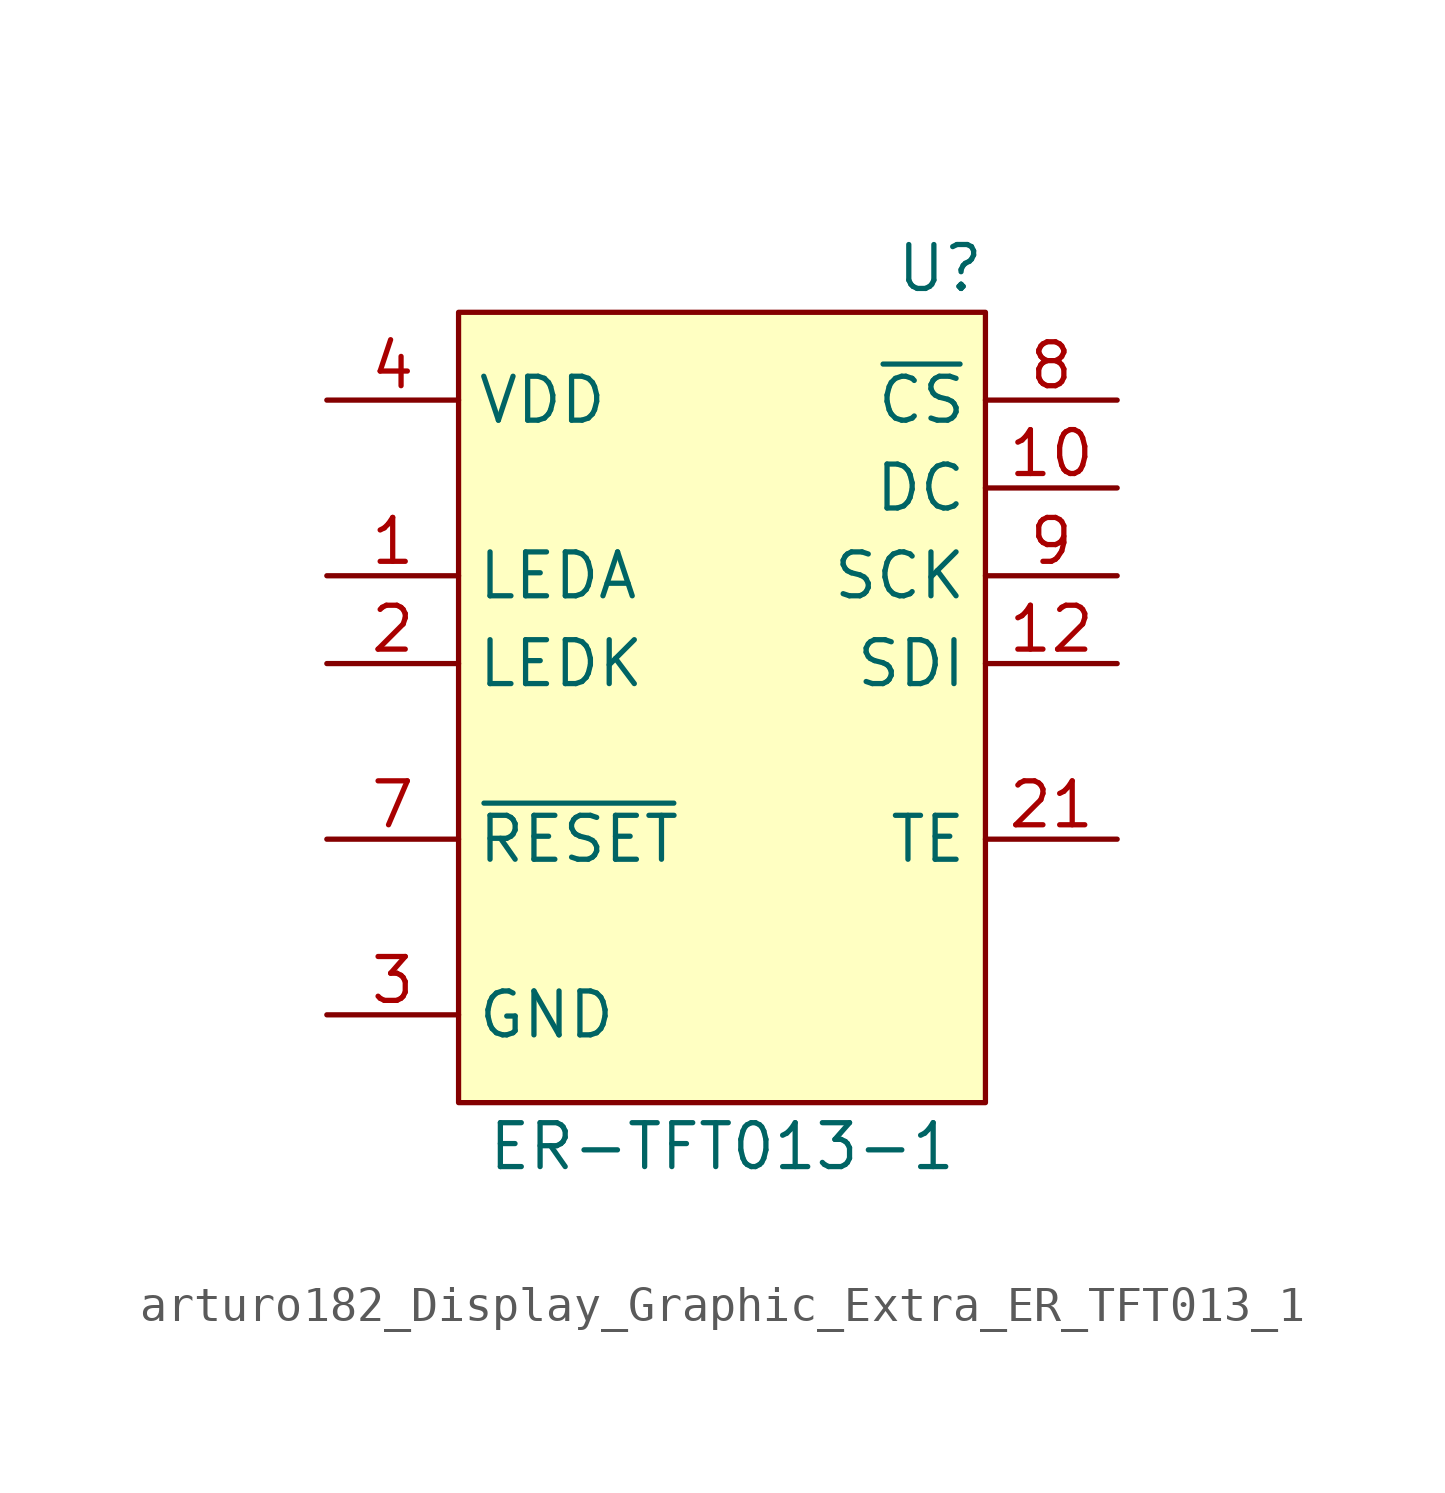
<source format=kicad_sym>
(kicad_symbol_lib
  (version 20220914)
  (generator kicad_symbol_editor)
  (symbol "arturo182_Display_Graphic_Extra_ER_TFT013_1"
    (property "Reference" "U"
      (at 7.62 11.43 0)
      (effects (font (size 1.27 1.27)) (justify right)))
    (property "Value" "ER-TFT013-1"
      (at 0 -13.97 0)
      (effects (font (size 1.27 1.27))))
    (symbol "arturo182_Display_Graphic_Extra_ER_TFT013_1_0_1"
      (rectangle (start -7.62 10.16) (end 7.62 -12.7) (stroke (width 0.152) (type default)) (fill (type background))))
    (symbol "arturo182_Display_Graphic_Extra_ER_TFT013_1_1_1"
      (pin power_in line (at -11.43 2.54 0) (length 3.81) (name "LEDA" (effects (font (size 1.27 1.27)))) (number "1" (effects (font (size 1.27 1.27)))))
      (pin input line (at 11.43 5.08 180) (length 3.81) (name "DC" (effects (font (size 1.27 1.27)))) (number "10" (effects (font (size 1.27 1.27)))))
      (pin passive line (at -11.43 -10.16 0) (length 3.81) hide (name "RD" (effects (font (size 1.27 1.27)))) (number "11" (effects (font (size 1.27 1.27)))))
      (pin input line (at 11.43 0 180) (length 3.81) (name "SDI" (effects (font (size 1.27 1.27)))) (number "12" (effects (font (size 1.27 1.27)))))
      (pin input line (at -11.43 0 0) (length 3.81) (name "LEDK" (effects (font (size 1.27 1.27)))) (number "2" (effects (font (size 1.27 1.27)))))
      (pin input line (at 11.43 -5.08 180) (length 3.81) (name "TE" (effects (font (size 1.27 1.27)))) (number "21" (effects (font (size 1.27 1.27)))))
      (pin passive line (at -11.43 -10.16 0) (length 3.81) hide (name "GND" (effects (font (size 1.27 1.27)))) (number "23" (effects (font (size 1.27 1.27)))))
      (pin passive line (at -11.43 -10.16 0) (length 3.81) hide (name "GND" (effects (font (size 1.27 1.27)))) (number "24" (effects (font (size 1.27 1.27)))))
      (pin power_in line (at -11.43 -10.16 0) (length 3.81) (name "GND" (effects (font (size 1.27 1.27)))) (number "3" (effects (font (size 1.27 1.27)))))
      (pin power_in line (at -11.43 7.62 0) (length 3.81) (name "VDD" (effects (font (size 1.27 1.27)))) (number "4" (effects (font (size 1.27 1.27)))))
      (pin passive line (at -11.43 7.62 0) (length 3.81) hide (name "VDDIO" (effects (font (size 1.27 1.27)))) (number "5" (effects (font (size 1.27 1.27)))))
      (pin passive line (at -11.43 7.62 0) (length 3.81) hide (name "IM1/2" (effects (font (size 1.27 1.27)))) (number "6" (effects (font (size 1.27 1.27)))))
      (pin input line (at -11.43 -5.08 0) (length 3.81) (name "~{RESET}" (effects (font (size 1.27 1.27)))) (number "7" (effects (font (size 1.27 1.27)))))
      (pin input line (at 11.43 7.62 180) (length 3.81) (name "~{CS}" (effects (font (size 1.27 1.27)))) (number "8" (effects (font (size 1.27 1.27)))))
      (pin input line (at 11.43 2.54 180) (length 3.81) (name "SCK" (effects (font (size 1.27 1.27)))) (number "9" (effects (font (size 1.27 1.27))))))))
</source>
